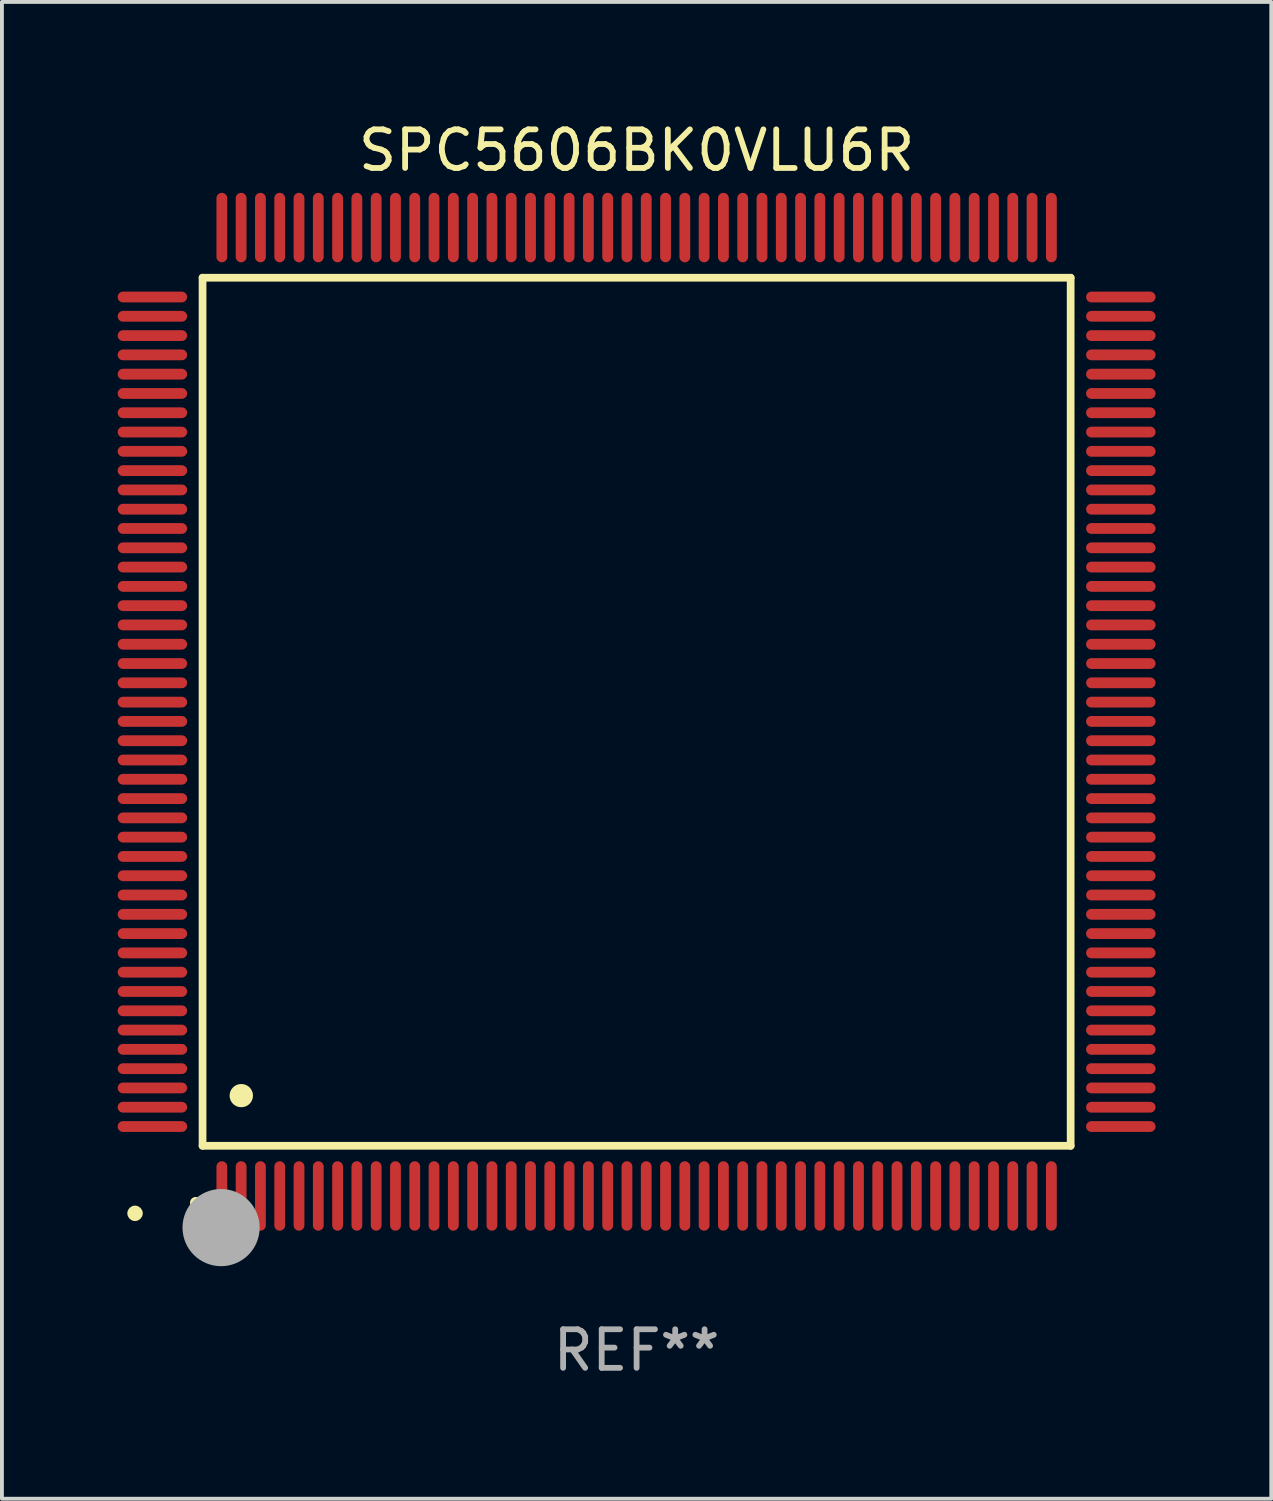
<source format=kicad_pcb>
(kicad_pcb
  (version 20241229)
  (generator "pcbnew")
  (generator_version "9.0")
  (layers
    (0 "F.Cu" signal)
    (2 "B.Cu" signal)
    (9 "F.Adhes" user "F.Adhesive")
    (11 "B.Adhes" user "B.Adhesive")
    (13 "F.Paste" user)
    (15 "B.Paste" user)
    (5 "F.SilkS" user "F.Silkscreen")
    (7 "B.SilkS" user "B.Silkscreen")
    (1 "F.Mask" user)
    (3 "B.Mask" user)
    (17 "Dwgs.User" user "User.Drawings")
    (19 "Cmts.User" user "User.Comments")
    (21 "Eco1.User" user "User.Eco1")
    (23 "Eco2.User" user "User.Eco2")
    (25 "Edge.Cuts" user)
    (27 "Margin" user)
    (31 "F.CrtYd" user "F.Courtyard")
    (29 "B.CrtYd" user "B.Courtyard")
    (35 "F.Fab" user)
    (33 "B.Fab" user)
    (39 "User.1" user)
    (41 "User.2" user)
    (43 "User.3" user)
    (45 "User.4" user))
  (footprint "SPC5606BK0VLU6R"
    (layer "F.Cu")
    (at 13.45 15.398)
    (property "Reference" "SPC5606BK0VLU6R" (at 0 -14.55 0) (layer "F.SilkS") (effects (font (size 1 1) (thickness 0.15))))
    (attr through_hole)
    (fp_line (start -11.25 -11.25) (end 11.25 -11.25) (stroke (width 0.2) (type solid)) (layer "F.SilkS"))
    (fp_line (start -11.25 11.25) (end -11.25 -11.25) (stroke (width 0.2) (type solid)) (layer "F.SilkS"))
    (fp_line (start 11.25 -11.25) (end 11.25 11.25) (stroke (width 0.2) (type solid)) (layer "F.SilkS"))
    (fp_line (start 11.25 11.25) (end -11.25 11.25) (stroke (width 0.2) (type solid)) (layer "F.SilkS"))
    (fp_arc (start -11.424943 12.725425) (mid -11.423673 12.72542) (end -11.422403 12.725425) (stroke (width 0.3) (type solid)) (layer "F.SilkS"))
    (fp_arc (start -10.24892 9.9492) (mid -10.24638 9.949189) (end -10.24384 9.9492) (stroke (width 0.6) (type solid)) (layer "F.SilkS"))
    (fp_circle (center -13 13) (end -12.9 13) (stroke (width 0.2) (type solid)) (fill no) (layer "F.SilkS"))
    (fp_circle (center -10.77 13.37) (end -10.27 13.37) (stroke (width 1) (type solid)) (fill no) (layer "F.Fab"))
    (fp_text user "REF**" (at 0 16.55 0) (layer "F.Fab") (effects (font (size 1 1) (thickness 0.15))))
    (pad "1" smd oval (at -10.75 12.55) (size 0.28 1.8) (layers "F.Cu" "F.Mask" "F.Paste"))
    (pad "2" smd oval (at -10.25 12.55) (size 0.28 1.8) (layers "F.Cu" "F.Mask" "F.Paste"))
    (pad "3" smd oval (at -9.75 12.55) (size 0.28 1.8) (layers "F.Cu" "F.Mask" "F.Paste"))
    (pad "4" smd oval (at -9.25 12.55) (size 0.28 1.8) (layers "F.Cu" "F.Mask" "F.Paste"))
    (pad "5" smd oval (at -8.75 12.55) (size 0.28 1.8) (layers "F.Cu" "F.Mask" "F.Paste"))
    (pad "6" smd oval (at -8.25 12.55) (size 0.28 1.8) (layers "F.Cu" "F.Mask" "F.Paste"))
    (pad "7" smd oval (at -7.75 12.55) (size 0.28 1.8) (layers "F.Cu" "F.Mask" "F.Paste"))
    (pad "8" smd oval (at -7.25 12.55) (size 0.28 1.8) (layers "F.Cu" "F.Mask" "F.Paste"))
    (pad "9" smd oval (at -6.75 12.55) (size 0.28 1.8) (layers "F.Cu" "F.Mask" "F.Paste"))
    (pad "10" smd oval (at -6.25 12.55) (size 0.28 1.8) (layers "F.Cu" "F.Mask" "F.Paste"))
    (pad "11" smd oval (at -5.75 12.55) (size 0.28 1.8) (layers "F.Cu" "F.Mask" "F.Paste"))
    (pad "12" smd oval (at -5.25 12.55) (size 0.28 1.8) (layers "F.Cu" "F.Mask" "F.Paste"))
    (pad "13" smd oval (at -4.75 12.55) (size 0.28 1.8) (layers "F.Cu" "F.Mask" "F.Paste"))
    (pad "14" smd oval (at -4.25 12.55) (size 0.28 1.8) (layers "F.Cu" "F.Mask" "F.Paste"))
    (pad "15" smd oval (at -3.75 12.55) (size 0.28 1.8) (layers "F.Cu" "F.Mask" "F.Paste"))
    (pad "16" smd oval (at -3.25 12.55) (size 0.28 1.8) (layers "F.Cu" "F.Mask" "F.Paste"))
    (pad "17" smd oval (at -2.75 12.55) (size 0.28 1.8) (layers "F.Cu" "F.Mask" "F.Paste"))
    (pad "18" smd oval (at -2.25 12.55) (size 0.28 1.8) (layers "F.Cu" "F.Mask" "F.Paste"))
    (pad "19" smd oval (at -1.75 12.55) (size 0.28 1.8) (layers "F.Cu" "F.Mask" "F.Paste"))
    (pad "20" smd oval (at -1.25 12.55) (size 0.28 1.8) (layers "F.Cu" "F.Mask" "F.Paste"))
    (pad "21" smd oval (at -0.75 12.55) (size 0.28 1.8) (layers "F.Cu" "F.Mask" "F.Paste"))
    (pad "22" smd oval (at -0.25 12.55) (size 0.28 1.8) (layers "F.Cu" "F.Mask" "F.Paste"))
    (pad "23" smd oval (at 0.25 12.55) (size 0.28 1.8) (layers "F.Cu" "F.Mask" "F.Paste"))
    (pad "24" smd oval (at 0.75 12.55) (size 0.28 1.8) (layers "F.Cu" "F.Mask" "F.Paste"))
    (pad "25" smd oval (at 1.25 12.55) (size 0.28 1.8) (layers "F.Cu" "F.Mask" "F.Paste"))
    (pad "26" smd oval (at 1.75 12.55) (size 0.28 1.8) (layers "F.Cu" "F.Mask" "F.Paste"))
    (pad "27" smd oval (at 2.25 12.55) (size 0.28 1.8) (layers "F.Cu" "F.Mask" "F.Paste"))
    (pad "28" smd oval (at 2.75 12.55) (size 0.28 1.8) (layers "F.Cu" "F.Mask" "F.Paste"))
    (pad "29" smd oval (at 3.25 12.55) (size 0.28 1.8) (layers "F.Cu" "F.Mask" "F.Paste"))
    (pad "30" smd oval (at 3.75 12.55) (size 0.28 1.8) (layers "F.Cu" "F.Mask" "F.Paste"))
    (pad "31" smd oval (at 4.25 12.55) (size 0.28 1.8) (layers "F.Cu" "F.Mask" "F.Paste"))
    (pad "32" smd oval (at 4.75 12.55) (size 0.28 1.8) (layers "F.Cu" "F.Mask" "F.Paste"))
    (pad "33" smd oval (at 5.25 12.55) (size 0.28 1.8) (layers "F.Cu" "F.Mask" "F.Paste"))
    (pad "34" smd oval (at 5.75 12.55) (size 0.28 1.8) (layers "F.Cu" "F.Mask" "F.Paste"))
    (pad "35" smd oval (at 6.25 12.55) (size 0.28 1.8) (layers "F.Cu" "F.Mask" "F.Paste"))
    (pad "36" smd oval (at 6.75 12.55) (size 0.28 1.8) (layers "F.Cu" "F.Mask" "F.Paste"))
    (pad "37" smd oval (at 7.25 12.55) (size 0.28 1.8) (layers "F.Cu" "F.Mask" "F.Paste"))
    (pad "38" smd oval (at 7.75 12.55) (size 0.28 1.8) (layers "F.Cu" "F.Mask" "F.Paste"))
    (pad "39" smd oval (at 8.25 12.55) (size 0.28 1.8) (layers "F.Cu" "F.Mask" "F.Paste"))
    (pad "40" smd oval (at 8.75 12.55) (size 0.28 1.8) (layers "F.Cu" "F.Mask" "F.Paste"))
    (pad "41" smd oval (at 9.25 12.55) (size 0.28 1.8) (layers "F.Cu" "F.Mask" "F.Paste"))
    (pad "42" smd oval (at 9.75 12.55) (size 0.28 1.8) (layers "F.Cu" "F.Mask" "F.Paste"))
    (pad "43" smd oval (at 10.25 12.55) (size 0.28 1.8) (layers "F.Cu" "F.Mask" "F.Paste"))
    (pad "44" smd oval (at 10.75 12.55) (size 0.28 1.8) (layers "F.Cu" "F.Mask" "F.Paste"))
    (pad "45" smd oval (at 12.55 10.75) (size 1.8 0.28) (layers "F.Cu" "F.Mask" "F.Paste"))
    (pad "46" smd oval (at 12.55 10.25) (size 1.8 0.28) (layers "F.Cu" "F.Mask" "F.Paste"))
    (pad "47" smd oval (at 12.55 9.75) (size 1.8 0.28) (layers "F.Cu" "F.Mask" "F.Paste"))
    (pad "48" smd oval (at 12.55 9.25) (size 1.8 0.28) (layers "F.Cu" "F.Mask" "F.Paste"))
    (pad "49" smd oval (at 12.55 8.75) (size 1.8 0.28) (layers "F.Cu" "F.Mask" "F.Paste"))
    (pad "50" smd oval (at 12.55 8.25) (size 1.8 0.28) (layers "F.Cu" "F.Mask" "F.Paste"))
    (pad "51" smd oval (at 12.55 7.75) (size 1.8 0.28) (layers "F.Cu" "F.Mask" "F.Paste"))
    (pad "52" smd oval (at 12.55 7.25) (size 1.8 0.28) (layers "F.Cu" "F.Mask" "F.Paste"))
    (pad "53" smd oval (at 12.55 6.75) (size 1.8 0.28) (layers "F.Cu" "F.Mask" "F.Paste"))
    (pad "54" smd oval (at 12.55 6.25) (size 1.8 0.28) (layers "F.Cu" "F.Mask" "F.Paste"))
    (pad "55" smd oval (at 12.55 5.75) (size 1.8 0.28) (layers "F.Cu" "F.Mask" "F.Paste"))
    (pad "56" smd oval (at 12.55 5.25) (size 1.8 0.28) (layers "F.Cu" "F.Mask" "F.Paste"))
    (pad "57" smd oval (at 12.55 4.75) (size 1.8 0.28) (layers "F.Cu" "F.Mask" "F.Paste"))
    (pad "58" smd oval (at 12.55 4.25) (size 1.8 0.28) (layers "F.Cu" "F.Mask" "F.Paste"))
    (pad "59" smd oval (at 12.55 3.75) (size 1.8 0.28) (layers "F.Cu" "F.Mask" "F.Paste"))
    (pad "60" smd oval (at 12.55 3.25) (size 1.8 0.28) (layers "F.Cu" "F.Mask" "F.Paste"))
    (pad "61" smd oval (at 12.55 2.75) (size 1.8 0.28) (layers "F.Cu" "F.Mask" "F.Paste"))
    (pad "62" smd oval (at 12.55 2.25) (size 1.8 0.28) (layers "F.Cu" "F.Mask" "F.Paste"))
    (pad "63" smd oval (at 12.55 1.75) (size 1.8 0.28) (layers "F.Cu" "F.Mask" "F.Paste"))
    (pad "64" smd oval (at 12.55 1.25) (size 1.8 0.28) (layers "F.Cu" "F.Mask" "F.Paste"))
    (pad "65" smd oval (at 12.55 0.75) (size 1.8 0.28) (layers "F.Cu" "F.Mask" "F.Paste"))
    (pad "66" smd oval (at 12.55 0.25) (size 1.8 0.28) (layers "F.Cu" "F.Mask" "F.Paste"))
    (pad "67" smd oval (at 12.55 -0.25) (size 1.8 0.28) (layers "F.Cu" "F.Mask" "F.Paste"))
    (pad "68" smd oval (at 12.55 -0.75) (size 1.8 0.28) (layers "F.Cu" "F.Mask" "F.Paste"))
    (pad "69" smd oval (at 12.55 -1.25) (size 1.8 0.28) (layers "F.Cu" "F.Mask" "F.Paste"))
    (pad "70" smd oval (at 12.55 -1.75) (size 1.8 0.28) (layers "F.Cu" "F.Mask" "F.Paste"))
    (pad "71" smd oval (at 12.55 -2.25) (size 1.8 0.28) (layers "F.Cu" "F.Mask" "F.Paste"))
    (pad "72" smd oval (at 12.55 -2.75) (size 1.8 0.28) (layers "F.Cu" "F.Mask" "F.Paste"))
    (pad "73" smd oval (at 12.55 -3.25) (size 1.8 0.28) (layers "F.Cu" "F.Mask" "F.Paste"))
    (pad "74" smd oval (at 12.55 -3.75) (size 1.8 0.28) (layers "F.Cu" "F.Mask" "F.Paste"))
    (pad "75" smd oval (at 12.55 -4.25) (size 1.8 0.28) (layers "F.Cu" "F.Mask" "F.Paste"))
    (pad "76" smd oval (at 12.55 -4.75) (size 1.8 0.28) (layers "F.Cu" "F.Mask" "F.Paste"))
    (pad "77" smd oval (at 12.55 -5.25) (size 1.8 0.28) (layers "F.Cu" "F.Mask" "F.Paste"))
    (pad "78" smd oval (at 12.55 -5.75) (size 1.8 0.28) (layers "F.Cu" "F.Mask" "F.Paste"))
    (pad "79" smd oval (at 12.55 -6.25) (size 1.8 0.28) (layers "F.Cu" "F.Mask" "F.Paste"))
    (pad "80" smd oval (at 12.55 -6.75) (size 1.8 0.28) (layers "F.Cu" "F.Mask" "F.Paste"))
    (pad "81" smd oval (at 12.55 -7.25) (size 1.8 0.28) (layers "F.Cu" "F.Mask" "F.Paste"))
    (pad "82" smd oval (at 12.55 -7.75) (size 1.8 0.28) (layers "F.Cu" "F.Mask" "F.Paste"))
    (pad "83" smd oval (at 12.55 -8.25) (size 1.8 0.28) (layers "F.Cu" "F.Mask" "F.Paste"))
    (pad "84" smd oval (at 12.55 -8.75) (size 1.8 0.28) (layers "F.Cu" "F.Mask" "F.Paste"))
    (pad "85" smd oval (at 12.55 -9.25) (size 1.8 0.28) (layers "F.Cu" "F.Mask" "F.Paste"))
    (pad "86" smd oval (at 12.55 -9.75) (size 1.8 0.28) (layers "F.Cu" "F.Mask" "F.Paste"))
    (pad "87" smd oval (at 12.55 -10.25) (size 1.8 0.28) (layers "F.Cu" "F.Mask" "F.Paste"))
    (pad "88" smd oval (at 12.55 -10.75) (size 1.8 0.28) (layers "F.Cu" "F.Mask" "F.Paste"))
    (pad "89" smd oval (at 10.75 -12.55) (size 0.28 1.8) (layers "F.Cu" "F.Mask" "F.Paste"))
    (pad "90" smd oval (at 10.25 -12.55) (size 0.28 1.8) (layers "F.Cu" "F.Mask" "F.Paste"))
    (pad "91" smd oval (at 9.75 -12.55) (size 0.28 1.8) (layers "F.Cu" "F.Mask" "F.Paste"))
    (pad "92" smd oval (at 9.25 -12.55) (size 0.28 1.8) (layers "F.Cu" "F.Mask" "F.Paste"))
    (pad "93" smd oval (at 8.75 -12.55) (size 0.28 1.8) (layers "F.Cu" "F.Mask" "F.Paste"))
    (pad "94" smd oval (at 8.25 -12.55) (size 0.28 1.8) (layers "F.Cu" "F.Mask" "F.Paste"))
    (pad "95" smd oval (at 7.75 -12.55) (size 0.28 1.8) (layers "F.Cu" "F.Mask" "F.Paste"))
    (pad "96" smd oval (at 7.25 -12.55) (size 0.28 1.8) (layers "F.Cu" "F.Mask" "F.Paste"))
    (pad "97" smd oval (at 6.75 -12.55) (size 0.28 1.8) (layers "F.Cu" "F.Mask" "F.Paste"))
    (pad "98" smd oval (at 6.25 -12.55) (size 0.28 1.8) (layers "F.Cu" "F.Mask" "F.Paste"))
    (pad "99" smd oval (at 5.75 -12.55) (size 0.28 1.8) (layers "F.Cu" "F.Mask" "F.Paste"))
    (pad "100" smd oval (at 5.25 -12.55) (size 0.28 1.8) (layers "F.Cu" "F.Mask" "F.Paste"))
    (pad "101" smd oval (at 4.75 -12.55) (size 0.28 1.8) (layers "F.Cu" "F.Mask" "F.Paste"))
    (pad "102" smd oval (at 4.25 -12.55) (size 0.28 1.8) (layers "F.Cu" "F.Mask" "F.Paste"))
    (pad "103" smd oval (at 3.75 -12.55) (size 0.28 1.8) (layers "F.Cu" "F.Mask" "F.Paste"))
    (pad "104" smd oval (at 3.25 -12.55) (size 0.28 1.8) (layers "F.Cu" "F.Mask" "F.Paste"))
    (pad "105" smd oval (at 2.75 -12.55) (size 0.28 1.8) (layers "F.Cu" "F.Mask" "F.Paste"))
    (pad "106" smd oval (at 2.25 -12.55) (size 0.28 1.8) (layers "F.Cu" "F.Mask" "F.Paste"))
    (pad "107" smd oval (at 1.75 -12.55) (size 0.28 1.8) (layers "F.Cu" "F.Mask" "F.Paste"))
    (pad "108" smd oval (at 1.25 -12.55) (size 0.28 1.8) (layers "F.Cu" "F.Mask" "F.Paste"))
    (pad "109" smd oval (at 0.75 -12.55) (size 0.28 1.8) (layers "F.Cu" "F.Mask" "F.Paste"))
    (pad "110" smd oval (at 0.25 -12.55) (size 0.28 1.8) (layers "F.Cu" "F.Mask" "F.Paste"))
    (pad "111" smd oval (at -0.25 -12.55) (size 0.28 1.8) (layers "F.Cu" "F.Mask" "F.Paste"))
    (pad "112" smd oval (at -0.75 -12.55) (size 0.28 1.8) (layers "F.Cu" "F.Mask" "F.Paste"))
    (pad "113" smd oval (at -1.25 -12.55) (size 0.28 1.8) (layers "F.Cu" "F.Mask" "F.Paste"))
    (pad "114" smd oval (at -1.75 -12.55) (size 0.28 1.8) (layers "F.Cu" "F.Mask" "F.Paste"))
    (pad "115" smd oval (at -2.25 -12.55) (size 0.28 1.8) (layers "F.Cu" "F.Mask" "F.Paste"))
    (pad "116" smd oval (at -2.75 -12.55) (size 0.28 1.8) (layers "F.Cu" "F.Mask" "F.Paste"))
    (pad "117" smd oval (at -3.25 -12.55) (size 0.28 1.8) (layers "F.Cu" "F.Mask" "F.Paste"))
    (pad "118" smd oval (at -3.75 -12.55) (size 0.28 1.8) (layers "F.Cu" "F.Mask" "F.Paste"))
    (pad "119" smd oval (at -4.25 -12.55) (size 0.28 1.8) (layers "F.Cu" "F.Mask" "F.Paste"))
    (pad "120" smd oval (at -4.75 -12.55) (size 0.28 1.8) (layers "F.Cu" "F.Mask" "F.Paste"))
    (pad "121" smd oval (at -5.25 -12.55) (size 0.28 1.8) (layers "F.Cu" "F.Mask" "F.Paste"))
    (pad "122" smd oval (at -5.75 -12.55) (size 0.28 1.8) (layers "F.Cu" "F.Mask" "F.Paste"))
    (pad "123" smd oval (at -6.25 -12.55) (size 0.28 1.8) (layers "F.Cu" "F.Mask" "F.Paste"))
    (pad "124" smd oval (at -6.75 -12.55) (size 0.28 1.8) (layers "F.Cu" "F.Mask" "F.Paste"))
    (pad "125" smd oval (at -7.25 -12.55) (size 0.28 1.8) (layers "F.Cu" "F.Mask" "F.Paste"))
    (pad "126" smd oval (at -7.75 -12.55) (size 0.28 1.8) (layers "F.Cu" "F.Mask" "F.Paste"))
    (pad "127" smd oval (at -8.25 -12.55) (size 0.28 1.8) (layers "F.Cu" "F.Mask" "F.Paste"))
    (pad "128" smd oval (at -8.75 -12.55) (size 0.28 1.8) (layers "F.Cu" "F.Mask" "F.Paste"))
    (pad "129" smd oval (at -9.25 -12.55) (size 0.28 1.8) (layers "F.Cu" "F.Mask" "F.Paste"))
    (pad "130" smd oval (at -9.75 -12.55) (size 0.28 1.8) (layers "F.Cu" "F.Mask" "F.Paste"))
    (pad "131" smd oval (at -10.25 -12.55) (size 0.28 1.8) (layers "F.Cu" "F.Mask" "F.Paste"))
    (pad "132" smd oval (at -10.75 -12.55) (size 0.28 1.8) (layers "F.Cu" "F.Mask" "F.Paste"))
    (pad "133" smd oval (at -12.55 -10.75) (size 1.8 0.28) (layers "F.Cu" "F.Mask" "F.Paste"))
    (pad "134" smd oval (at -12.55 -10.25) (size 1.8 0.28) (layers "F.Cu" "F.Mask" "F.Paste"))
    (pad "135" smd oval (at -12.55 -9.75) (size 1.8 0.28) (layers "F.Cu" "F.Mask" "F.Paste"))
    (pad "136" smd oval (at -12.55 -9.25) (size 1.8 0.28) (layers "F.Cu" "F.Mask" "F.Paste"))
    (pad "137" smd oval (at -12.55 -8.75) (size 1.8 0.28) (layers "F.Cu" "F.Mask" "F.Paste"))
    (pad "138" smd oval (at -12.55 -8.25) (size 1.8 0.28) (layers "F.Cu" "F.Mask" "F.Paste"))
    (pad "139" smd oval (at -12.55 -7.75) (size 1.8 0.28) (layers "F.Cu" "F.Mask" "F.Paste"))
    (pad "140" smd oval (at -12.55 -7.25) (size 1.8 0.28) (layers "F.Cu" "F.Mask" "F.Paste"))
    (pad "141" smd oval (at -12.55 -6.75) (size 1.8 0.28) (layers "F.Cu" "F.Mask" "F.Paste"))
    (pad "142" smd oval (at -12.55 -6.25) (size 1.8 0.28) (layers "F.Cu" "F.Mask" "F.Paste"))
    (pad "143" smd oval (at -12.55 -5.75) (size 1.8 0.28) (layers "F.Cu" "F.Mask" "F.Paste"))
    (pad "144" smd oval (at -12.55 -5.25) (size 1.8 0.28) (layers "F.Cu" "F.Mask" "F.Paste"))
    (pad "145" smd oval (at -12.55 -4.75) (size 1.8 0.28) (layers "F.Cu" "F.Mask" "F.Paste"))
    (pad "146" smd oval (at -12.55 -4.25) (size 1.8 0.28) (layers "F.Cu" "F.Mask" "F.Paste"))
    (pad "147" smd oval (at -12.55 -3.75) (size 1.8 0.28) (layers "F.Cu" "F.Mask" "F.Paste"))
    (pad "148" smd oval (at -12.55 -3.25) (size 1.8 0.28) (layers "F.Cu" "F.Mask" "F.Paste"))
    (pad "149" smd oval (at -12.55 -2.75) (size 1.8 0.28) (layers "F.Cu" "F.Mask" "F.Paste"))
    (pad "150" smd oval (at -12.55 -2.25) (size 1.8 0.28) (layers "F.Cu" "F.Mask" "F.Paste"))
    (pad "151" smd oval (at -12.55 -1.75) (size 1.8 0.28) (layers "F.Cu" "F.Mask" "F.Paste"))
    (pad "152" smd oval (at -12.55 -1.25) (size 1.8 0.28) (layers "F.Cu" "F.Mask" "F.Paste"))
    (pad "153" smd oval (at -12.55 -0.75) (size 1.8 0.28) (layers "F.Cu" "F.Mask" "F.Paste"))
    (pad "154" smd oval (at -12.55 -0.25) (size 1.8 0.28) (layers "F.Cu" "F.Mask" "F.Paste"))
    (pad "155" smd oval (at -12.55 0.25) (size 1.8 0.28) (layers "F.Cu" "F.Mask" "F.Paste"))
    (pad "156" smd oval (at -12.55 0.75) (size 1.8 0.28) (layers "F.Cu" "F.Mask" "F.Paste"))
    (pad "157" smd oval (at -12.55 1.25) (size 1.8 0.28) (layers "F.Cu" "F.Mask" "F.Paste"))
    (pad "158" smd oval (at -12.55 1.75) (size 1.8 0.28) (layers "F.Cu" "F.Mask" "F.Paste"))
    (pad "159" smd oval (at -12.55 2.25) (size 1.8 0.28) (layers "F.Cu" "F.Mask" "F.Paste"))
    (pad "160" smd oval (at -12.55 2.75) (size 1.8 0.28) (layers "F.Cu" "F.Mask" "F.Paste"))
    (pad "161" smd oval (at -12.55 3.25) (size 1.8 0.28) (layers "F.Cu" "F.Mask" "F.Paste"))
    (pad "162" smd oval (at -12.55 3.75) (size 1.8 0.28) (layers "F.Cu" "F.Mask" "F.Paste"))
    (pad "163" smd oval (at -12.55 4.25) (size 1.8 0.28) (layers "F.Cu" "F.Mask" "F.Paste"))
    (pad "164" smd oval (at -12.55 4.75) (size 1.8 0.28) (layers "F.Cu" "F.Mask" "F.Paste"))
    (pad "165" smd oval (at -12.55 5.25) (size 1.8 0.28) (layers "F.Cu" "F.Mask" "F.Paste"))
    (pad "166" smd oval (at -12.55 5.75) (size 1.8 0.28) (layers "F.Cu" "F.Mask" "F.Paste"))
    (pad "167" smd oval (at -12.55 6.25) (size 1.8 0.28) (layers "F.Cu" "F.Mask" "F.Paste"))
    (pad "168" smd oval (at -12.55 6.75) (size 1.8 0.28) (layers "F.Cu" "F.Mask" "F.Paste"))
    (pad "169" smd oval (at -12.55 7.25) (size 1.8 0.28) (layers "F.Cu" "F.Mask" "F.Paste"))
    (pad "170" smd oval (at -12.55 7.75) (size 1.8 0.28) (layers "F.Cu" "F.Mask" "F.Paste"))
    (pad "171" smd oval (at -12.55 8.25) (size 1.8 0.28) (layers "F.Cu" "F.Mask" "F.Paste"))
    (pad "172" smd oval (at -12.55 8.75) (size 1.8 0.28) (layers "F.Cu" "F.Mask" "F.Paste"))
    (pad "173" smd oval (at -12.55 9.25) (size 1.8 0.28) (layers "F.Cu" "F.Mask" "F.Paste"))
    (pad "174" smd oval (at -12.55 9.75) (size 1.8 0.28) (layers "F.Cu" "F.Mask" "F.Paste"))
    (pad "175" smd oval (at -12.55 10.25) (size 1.8 0.28) (layers "F.Cu" "F.Mask" "F.Paste"))
    (pad "176" smd oval (at -12.55 10.75) (size 1.8 0.28) (layers "F.Cu" "F.Mask" "F.Paste")))
  (gr_rect
    (start -3 -3)
    (end 29.9 35.796)
    (stroke (width 0.1) (type default))
    (fill no)
    (layer "Edge.Cuts")))
</source>
